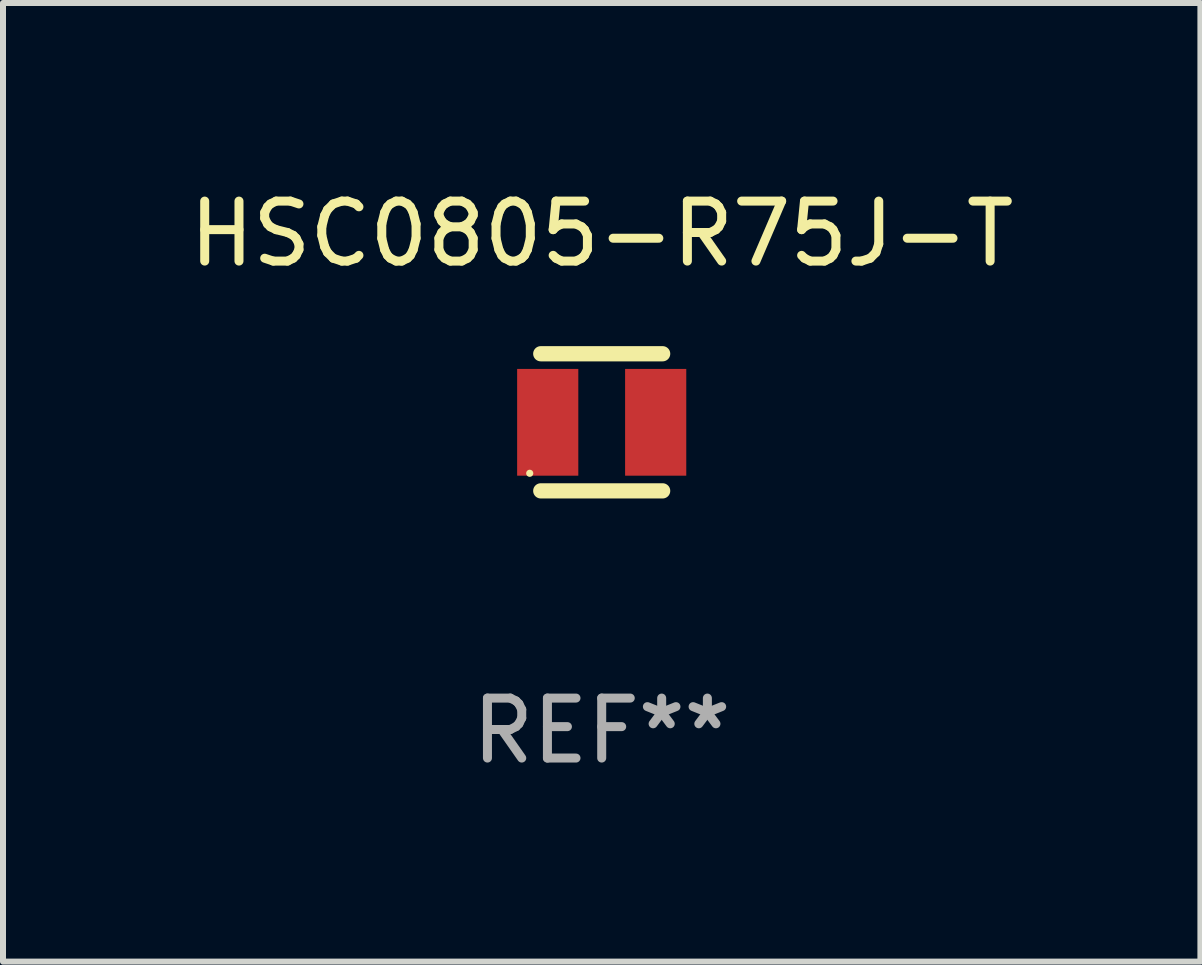
<source format=kicad_pcb>
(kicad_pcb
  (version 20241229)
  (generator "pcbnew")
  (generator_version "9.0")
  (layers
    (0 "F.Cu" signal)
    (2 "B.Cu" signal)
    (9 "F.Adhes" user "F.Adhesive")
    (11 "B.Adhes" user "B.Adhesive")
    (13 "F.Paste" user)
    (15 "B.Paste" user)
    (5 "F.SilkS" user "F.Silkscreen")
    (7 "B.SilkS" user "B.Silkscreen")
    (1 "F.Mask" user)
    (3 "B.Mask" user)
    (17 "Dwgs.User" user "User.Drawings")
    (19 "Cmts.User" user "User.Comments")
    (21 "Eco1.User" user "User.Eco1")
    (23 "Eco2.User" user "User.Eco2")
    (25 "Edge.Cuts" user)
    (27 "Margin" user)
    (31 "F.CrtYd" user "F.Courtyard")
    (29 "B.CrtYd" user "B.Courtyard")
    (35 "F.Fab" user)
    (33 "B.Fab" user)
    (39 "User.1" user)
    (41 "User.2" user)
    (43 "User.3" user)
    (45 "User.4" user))
  (footprint "HSC0805-R75J-T"
    (layer "F.Cu")
    (at 6.982 3.991)
    (property "Reference" "HSC0805-R75J-T" (at 0 -3.143 0) (layer "F.SilkS") (effects (font (size 1 1) (thickness 0.15))))
    (attr through_hole)
    (fp_line (start -1.016 -1.143) (end 1.016 -1.143) (stroke (width 0.254) (type solid)) (layer "F.SilkS"))
    (fp_line (start -1.016 1.143) (end 1.016 1.143) (stroke (width 0.254) (type solid)) (layer "F.SilkS"))
    (fp_circle (center -1.2 0.85) (end -1.17 0.85) (stroke (width 0.06) (type solid)) (fill no) (layer "F.SilkS"))
    (fp_text user "REF**" (at 0 5.143 0) (layer "F.Fab") (effects (font (size 1 1) (thickness 0.15))))
    (pad "1" smd rect (at -0.9 0) (size 1.02 1.78) (layers "F.Cu" "F.Mask" "F.Paste"))
    (pad "2" smd rect (at 0.9 0) (size 1.02 1.78) (layers "F.Cu" "F.Mask" "F.Paste")))
  (gr_rect
    (start -3 -3)
    (end 16.964 12.983)
    (stroke (width 0.1) (type default))
    (fill no)
    (layer "Edge.Cuts")))
</source>
